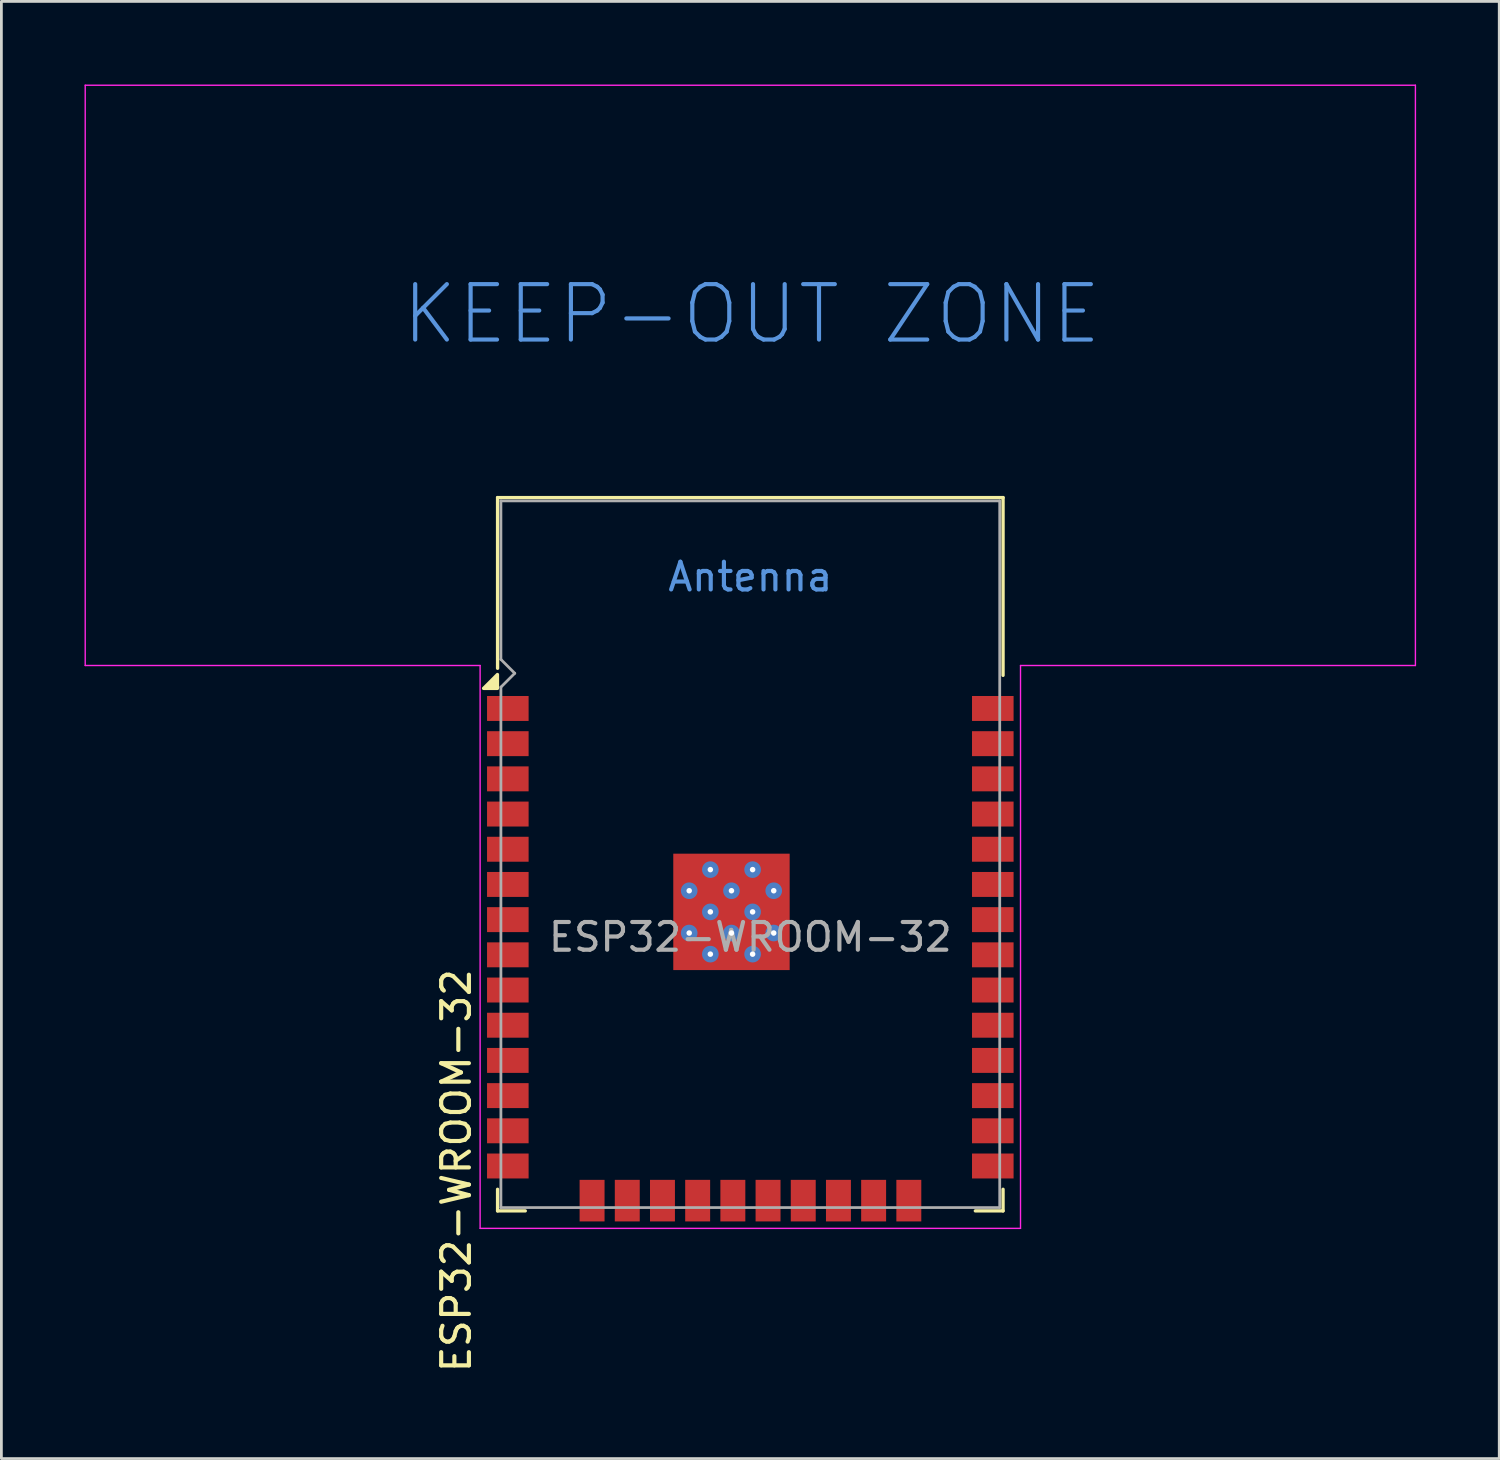
<source format=kicad_pcb>
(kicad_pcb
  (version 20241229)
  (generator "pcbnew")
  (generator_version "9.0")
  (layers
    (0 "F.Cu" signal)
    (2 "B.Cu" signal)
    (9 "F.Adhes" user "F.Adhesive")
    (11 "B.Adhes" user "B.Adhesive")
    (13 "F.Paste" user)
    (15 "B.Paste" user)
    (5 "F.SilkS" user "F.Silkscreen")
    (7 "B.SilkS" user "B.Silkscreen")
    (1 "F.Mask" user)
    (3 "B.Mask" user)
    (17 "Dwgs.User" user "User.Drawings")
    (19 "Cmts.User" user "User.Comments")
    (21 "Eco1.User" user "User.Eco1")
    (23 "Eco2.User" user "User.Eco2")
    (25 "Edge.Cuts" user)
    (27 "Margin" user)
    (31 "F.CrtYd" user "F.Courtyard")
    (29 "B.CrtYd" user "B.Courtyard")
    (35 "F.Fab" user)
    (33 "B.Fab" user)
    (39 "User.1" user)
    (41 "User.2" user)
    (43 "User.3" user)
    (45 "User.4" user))
  (footprint "ESP32-WROOM-32"
    (layer "F.Cu")
    (at 24.025 30.765)
    (property "Reference" "ESP32-WROOM-32" (at -10.61 8.43 90) (layer "F.SilkS") (effects (font (size 1 1) (thickness 0.15))))
    (attr smd)
    (fp_line (start -9.12 -15.86) (end -9.12 -9.7) (stroke (width 0.12) (type solid)) (layer "F.SilkS"))
    (fp_line (start -9.12 -15.86) (end 9.12 -15.86) (stroke (width 0.12) (type solid)) (layer "F.SilkS"))
    (fp_line (start -9.12 9.1) (end -9.12 9.88) (stroke (width 0.12) (type solid)) (layer "F.SilkS"))
    (fp_line (start -9.12 9.88) (end -8.12 9.88) (stroke (width 0.12) (type solid)) (layer "F.SilkS"))
    (fp_line (start 9.12 -15.86) (end 9.12 -9.445) (stroke (width 0.12) (type solid)) (layer "F.SilkS"))
    (fp_line (start 9.12 9.1) (end 9.12 9.88) (stroke (width 0.12) (type solid)) (layer "F.SilkS"))
    (fp_line (start 9.12 9.88) (end 8.12 9.88) (stroke (width 0.12) (type solid)) (layer "F.SilkS"))
    (fp_poly (pts (xy -9.125 -8.975) (xy -9.625 -8.975) (xy -9.125 -9.475) (xy -9.125 -8.975)) (stroke (width 0.12) (type solid)) (fill yes) (layer "F.SilkS"))
    (fp_line (start -24 -30.74) (end -24 -9.8) (stroke (width 0.05) (type solid)) (layer "F.CrtYd"))
    (fp_line (start -24 -9.8) (end -9.75 -9.8) (stroke (width 0.05) (type solid)) (layer "F.CrtYd"))
    (fp_line (start -9.75 10.51) (end -9.75 -9.8) (stroke (width 0.05) (type solid)) (layer "F.CrtYd"))
    (fp_line (start -9.75 10.51) (end 9.75 10.51) (stroke (width 0.05) (type solid)) (layer "F.CrtYd"))
    (fp_line (start 9.75 -9.8) (end 9.75 10.51) (stroke (width 0.05) (type solid)) (layer "F.CrtYd"))
    (fp_line (start 9.75 -9.8) (end 24 -9.8) (stroke (width 0.05) (type solid)) (layer "F.CrtYd"))
    (fp_line (start 24 -30.74) (end -24 -30.74) (stroke (width 0.05) (type solid)) (layer "F.CrtYd"))
    (fp_line (start 24 -9.8) (end 24 -30.74) (stroke (width 0.05) (type solid)) (layer "F.CrtYd"))
    (fp_line (start -9 -15.74) (end -9 -10.02) (stroke (width 0.1) (type solid)) (layer "F.Fab"))
    (fp_line (start -9 -15.74) (end 9 -15.74) (stroke (width 0.1) (type solid)) (layer "F.Fab"))
    (fp_line (start -9 -9.02) (end -9 9.76) (stroke (width 0.1) (type solid)) (layer "F.Fab"))
    (fp_line (start -9 -9.02) (end -8.5 -9.52) (stroke (width 0.1) (type solid)) (layer "F.Fab"))
    (fp_line (start -9 9.76) (end 9 9.76) (stroke (width 0.1) (type solid)) (layer "F.Fab"))
    (fp_line (start -8.5 -9.52) (end -9 -10.02) (stroke (width 0.1) (type solid)) (layer "F.Fab"))
    (fp_line (start 9 9.76) (end 9 -15.74) (stroke (width 0.1) (type solid)) (layer "F.Fab"))
    (fp_text user "Antenna" (at 0 -13 0) (layer "Cmts.User") (effects (font (size 1 1) (thickness 0.15))))
    (fp_text user "KEEP-OUT ZONE" (at 0.05 -22.48 0) (layer "Cmts.User") (effects (font (size 2 2) (thickness 0.15))))
    (fp_text user "${REFERENCE}" (at 0 0 0) (layer "F.Fab") (effects (font (size 1 1) (thickness 0.15))))
    (pad "1" smd rect (at -8.75 -8.25) (size 1.5 0.9) (layers "F.Cu" "F.Mask" "F.Paste"))
    (pad "2" smd rect (at -8.75 -6.98) (size 1.5 0.9) (layers "F.Cu" "F.Mask" "F.Paste"))
    (pad "3" smd rect (at -8.75 -5.71) (size 1.5 0.9) (layers "F.Cu" "F.Mask" "F.Paste"))
    (pad "4" smd rect (at -8.75 -4.44) (size 1.5 0.9) (layers "F.Cu" "F.Mask" "F.Paste"))
    (pad "5" smd rect (at -8.75 -3.17) (size 1.5 0.9) (layers "F.Cu" "F.Mask" "F.Paste"))
    (pad "6" smd rect (at -8.75 -1.9) (size 1.5 0.9) (layers "F.Cu" "F.Mask" "F.Paste"))
    (pad "7" smd rect (at -8.75 -0.63) (size 1.5 0.9) (layers "F.Cu" "F.Mask" "F.Paste"))
    (pad "8" smd rect (at -8.75 0.64) (size 1.5 0.9) (layers "F.Cu" "F.Mask" "F.Paste"))
    (pad "9" smd rect (at -8.75 1.91) (size 1.5 0.9) (layers "F.Cu" "F.Mask" "F.Paste"))
    (pad "10" smd rect (at -8.75 3.18) (size 1.5 0.9) (layers "F.Cu" "F.Mask" "F.Paste"))
    (pad "11" smd rect (at -8.75 4.45) (size 1.5 0.9) (layers "F.Cu" "F.Mask" "F.Paste"))
    (pad "12" smd rect (at -8.75 5.72) (size 1.5 0.9) (layers "F.Cu" "F.Mask" "F.Paste"))
    (pad "13" smd rect (at -8.75 6.99) (size 1.5 0.9) (layers "F.Cu" "F.Mask" "F.Paste"))
    (pad "14" smd rect (at -8.75 8.26) (size 1.5 0.9) (layers "F.Cu" "F.Mask" "F.Paste"))
    (pad "15" smd rect (at -5.71 9.51 90) (size 1.5 0.9) (layers "F.Cu" "F.Mask" "F.Paste"))
    (pad "16" smd rect (at -4.44 9.51 90) (size 1.5 0.9) (layers "F.Cu" "F.Mask" "F.Paste"))
    (pad "17" smd rect (at -3.17 9.51 90) (size 1.5 0.9) (layers "F.Cu" "F.Mask" "F.Paste"))
    (pad "18" smd rect (at -1.9 9.51 90) (size 1.5 0.9) (layers "F.Cu" "F.Mask" "F.Paste"))
    (pad "19" smd rect (at -0.63 9.51 90) (size 1.5 0.9) (layers "F.Cu" "F.Mask" "F.Paste"))
    (pad "20" smd rect (at 0.64 9.51 90) (size 1.5 0.9) (layers "F.Cu" "F.Mask" "F.Paste"))
    (pad "21" smd rect (at 1.91 9.51 90) (size 1.5 0.9) (layers "F.Cu" "F.Mask" "F.Paste"))
    (pad "22" smd rect (at 3.18 9.51 90) (size 1.5 0.9) (layers "F.Cu" "F.Mask" "F.Paste"))
    (pad "23" smd rect (at 4.45 9.51 90) (size 1.5 0.9) (layers "F.Cu" "F.Mask" "F.Paste"))
    (pad "24" smd rect (at 5.72 9.51 90) (size 1.5 0.9) (layers "F.Cu" "F.Mask" "F.Paste"))
    (pad "25" smd rect (at 8.75 8.26) (size 1.5 0.9) (layers "F.Cu" "F.Mask" "F.Paste"))
    (pad "26" smd rect (at 8.75 6.99) (size 1.5 0.9) (layers "F.Cu" "F.Mask" "F.Paste"))
    (pad "27" smd rect (at 8.75 5.72) (size 1.5 0.9) (layers "F.Cu" "F.Mask" "F.Paste"))
    (pad "28" smd rect (at 8.75 4.45) (size 1.5 0.9) (layers "F.Cu" "F.Mask" "F.Paste"))
    (pad "29" smd rect (at 8.75 3.18) (size 1.5 0.9) (layers "F.Cu" "F.Mask" "F.Paste"))
    (pad "30" smd rect (at 8.75 1.91) (size 1.5 0.9) (layers "F.Cu" "F.Mask" "F.Paste"))
    (pad "31" smd rect (at 8.75 0.64) (size 1.5 0.9) (layers "F.Cu" "F.Mask" "F.Paste"))
    (pad "32" smd rect (at 8.75 -0.63) (size 1.5 0.9) (layers "F.Cu" "F.Mask" "F.Paste"))
    (pad "33" smd rect (at 8.75 -1.9) (size 1.5 0.9) (layers "F.Cu" "F.Mask" "F.Paste"))
    (pad "34" smd rect (at 8.75 -3.17) (size 1.5 0.9) (layers "F.Cu" "F.Mask" "F.Paste"))
    (pad "35" smd rect (at 8.75 -4.44) (size 1.5 0.9) (layers "F.Cu" "F.Mask" "F.Paste"))
    (pad "36" smd rect (at 8.75 -5.71) (size 1.5 0.9) (layers "F.Cu" "F.Mask" "F.Paste"))
    (pad "37" smd rect (at 8.75 -6.98) (size 1.5 0.9) (layers "F.Cu" "F.Mask" "F.Paste"))
    (pad "38" smd rect (at 8.75 -8.25) (size 1.5 0.9) (layers "F.Cu" "F.Mask" "F.Paste"))
    (pad "39" smd rect (at -2.205 -2.435) (size 1.05 1.05) (layers "F.Cu" "F.Paste"))
    (pad "39" thru_hole circle (at -2.205 -1.673) (size 0.6 0.6) (drill 0.2) (property pad_prop_heatsink) (layers "*.Cu" "F.Mask"))
    (pad "39" smd rect (at -2.205 -0.91) (size 1.05 1.05) (layers "F.Cu" "F.Paste"))
    (pad "39" thru_hole circle (at -2.205 -0.147) (size 0.6 0.6) (drill 0.2) (property pad_prop_heatsink) (layers "*.Cu" "F.Mask"))
    (pad "39" smd rect (at -2.205 0.615) (size 1.05 1.05) (layers "F.Cu" "F.Paste"))
    (pad "39" thru_hole circle (at -1.442 -2.435) (size 0.6 0.6) (drill 0.2) (property pad_prop_heatsink) (layers "*.Cu" "F.Mask"))
    (pad "39" thru_hole circle (at -1.442 -0.91) (size 0.6 0.6) (drill 0.2) (property pad_prop_heatsink) (layers "*.Cu" "F.Mask"))
    (pad "39" thru_hole circle (at -1.442 0.615) (size 0.6 0.6) (drill 0.2) (property pad_prop_heatsink) (layers "*.Cu" "F.Mask"))
    (pad "39" smd rect (at -0.68 -2.435) (size 1.05 1.05) (layers "F.Cu" "F.Paste"))
    (pad "39" thru_hole circle (at -0.68 -1.673) (size 0.6 0.6) (drill 0.2) (property pad_prop_heatsink) (layers "*.Cu" "F.Mask"))
    (pad "39" smd rect (at -0.68 -0.91) (size 1.05 1.05) (layers "F.Cu" "F.Paste"))
    (pad "39" smd rect (at -0.68 -0.91) (size 4.2 4.2) (layers "F.Cu" "F.Mask"))
    (pad "39" thru_hole circle (at -0.68 -0.147) (size 0.6 0.6) (drill 0.2) (property pad_prop_heatsink) (layers "*.Cu" "F.Mask"))
    (pad "39" smd rect (at -0.68 0.615) (size 1.05 1.05) (layers "F.Cu" "F.Paste"))
    (pad "39" thru_hole circle (at 0.083 -2.435) (size 0.6 0.6) (drill 0.2) (property pad_prop_heatsink) (layers "*.Cu" "F.Mask"))
    (pad "39" thru_hole circle (at 0.083 -0.91) (size 0.6 0.6) (drill 0.2) (property pad_prop_heatsink) (layers "*.Cu" "F.Mask"))
    (pad "39" thru_hole circle (at 0.083 0.615) (size 0.6 0.6) (drill 0.2) (property pad_prop_heatsink) (layers "*.Cu" "F.Mask"))
    (pad "39" smd rect (at 0.845 -2.435) (size 1.05 1.05) (layers "F.Cu" "F.Paste"))
    (pad "39" thru_hole circle (at 0.845 -1.673) (size 0.6 0.6) (drill 0.2) (property pad_prop_heatsink) (layers "*.Cu" "F.Mask"))
    (pad "39" smd rect (at 0.845 -0.91) (size 1.05 1.05) (layers "F.Cu" "F.Paste"))
    (pad "39" thru_hole circle (at 0.845 -0.147) (size 0.6 0.6) (drill 0.2) (property pad_prop_heatsink) (layers "*.Cu" "F.Mask"))
    (pad "39" smd rect (at 0.845 0.615) (size 1.05 1.05) (layers "F.Cu" "F.Paste"))
    (zone (net_name "") (layers "F.Cu" "B.Cu") (hatch full 0.508) (connect_pads) (min_thickness 0.254) (filled_areas_thickness no) (keepout (tracks not_allowed) (vias not_allowed) (pads not_allowed) (copperpour not_allowed) (footprints not_allowed)) (placement (enabled no)) (fill) (polygon (pts (xy 0.025 20.965) (xy 48.025 20.965) (xy 48.025 0.025) (xy 0.025 0.025)))))
  (gr_rect
    (start -3 -3)
    (end 51.05 49.582)
    (stroke (width 0.1) (type default))
    (fill no)
    (layer "Edge.Cuts")))
</source>
